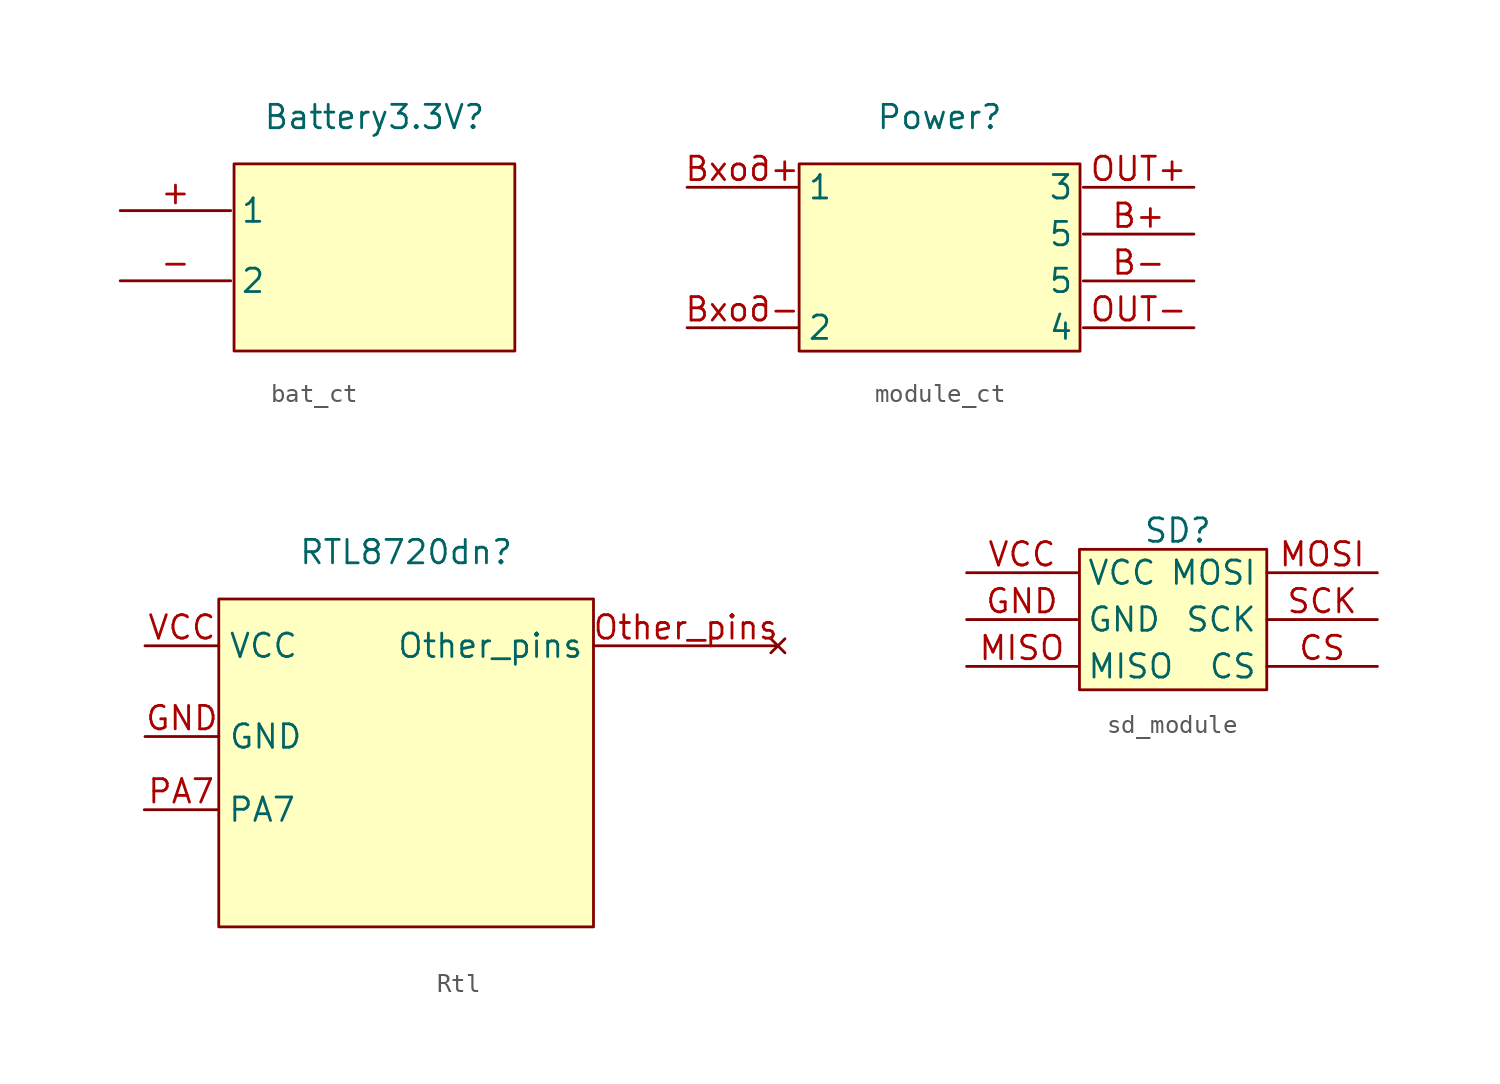
<source format=kicad_sym>
(kicad_symbol_lib
  (version 20231120)
  (generator "kicad_symbol_editor")
  (generator_version "8.0")
  (symbol "bat_ct"
    (property "Reference" "Battery3.3V"
      (at 0 0 0)
      (effects (font (size 1.27 1.27))))
    (property "Value" ""
      (at 0 0 0)
      (effects (font (size 1.27 1.27))))
    (symbol "bat_ct_1_1"
      (rectangle (start -7.62 -2.54) (end 7.62 -12.7) (stroke (width 0) (type default)) (fill (type color) (color 255 255 194 1)))
      (pin input line (at -13.8 -5.08 0) (length 6) (name "1" (effects (font (size 1.27 1.27)))) (number "+" (effects (font (size 1.27 1.27)))))
      (pin input line (at -13.8 -8.89 0) (length 6) (name "2" (effects (font (size 1.27 1.27)))) (number "-" (effects (font (size 1.27 1.27)))))))
  (symbol "module_ct"
    (property "Reference" "Power"
      (at 0 0 0)
      (effects (font (size 1.27 1.27))))
    (property "Value" ""
      (at 0 0 0)
      (effects (font (size 1.27 1.27))))
    (symbol "module_ct_1_1"
      (rectangle (start -7.62 -2.54) (end 7.62 -12.7) (stroke (width 0) (type default)) (fill (type color) (color 255 255 194 1)))
      (pin input line (at 13.8 -6.35 180) (length 6) (name "5" (effects (font (size 1.27 1.27)))) (number "B+" (effects (font (size 1.27 1.27)))))
      (pin input line (at 13.8 -8.89 180) (length 6) (name "5" (effects (font (size 1.27 1.27)))) (number "B-" (effects (font (size 1.27 1.27)))))
      (pin input line (at 13.8 -3.81 180) (length 6) (name "3" (effects (font (size 1.27 1.27)))) (number "OUT+" (effects (font (size 1.27 1.27)))))
      (pin input line (at 13.8 -11.43 180) (length 6) (name "4" (effects (font (size 1.27 1.27)))) (number "OUT-" (effects (font (size 1.27 1.27)))))
      (pin input line (at -13.7 -3.81 0) (length 6) (name "1" (effects (font (size 1.27 1.27)))) (number "Вход+" (effects (font (size 1.27 1.27)))))
      (pin input line (at -13.7 -11.43 0) (length 6) (name "2" (effects (font (size 1.27 1.27)))) (number "Вход-" (effects (font (size 1.27 1.27)))))))
  (symbol "Rtl"
    (property "Reference" "RTL8720dn"
      (at 0 0 0)
      (effects (font (size 1.27 1.27))))
    (property "Value" ""
      (at 0 0 0)
      (effects (font (size 1.27 1.27))))
    (symbol "Rtl_1_1"
      (rectangle (start -10.16 -2.54) (end 10.16 -20.32) (stroke (width 0) (type default)) (fill (type color) (color 255 255 194 1)))
      (pin input line (at -14.16 -10 0) (length 4) (name "GND" (effects (font (size 1.27 1.27)))) (number "GND" (effects (font (size 1.27 1.27)))))
      (pin no_connect line (at 20.16 -5.08 180) (length 10) (name "Other_pins" (effects (font (size 1.27 1.27)))) (number "Other_pins" (effects (font (size 1.27 1.27)))))
      (pin input line (at -14.2 -13.97 0) (length 4) (name "PA7" (effects (font (size 1.27 1.27)))) (number "PA7" (effects (font (size 1.27 1.27)))))
      (pin input line (at -14.16 -5.08 0) (length 4) (name "VCC" (effects (font (size 1.27 1.27)))) (number "VCC" (effects (font (size 1.27 1.27)))))))
  (symbol "sd_module"
    (property "Reference" "SD"
      (at 0.254 1.016 0)
      (effects (font (size 1.27 1.27))))
    (property "Value" ""
      (at 0.254 1.016 0)
      (effects (font (size 1.27 1.27))))
    (symbol "sd_module_1_1"
      (rectangle (start -5.08 0) (end 5.08 -7.62) (stroke (width 0) (type default)) (fill (type color) (color 255 255 194 1)))
      (pin input line (at 11.08 -6.35 180) (length 6) (name "CS" (effects (font (size 1.27 1.27)))) (number "CS" (effects (font (size 1.27 1.27)))))
      (pin input line (at -11.2 -3.81 0) (length 6) (name "GND" (effects (font (size 1.27 1.27)))) (number "GND" (effects (font (size 1.27 1.27)))))
      (pin input line (at -11.2 -6.35 0) (length 6) (name "MISO" (effects (font (size 1.27 1.27)))) (number "MISO" (effects (font (size 1.27 1.27)))))
      (pin input line (at 11.08 -1.27 180) (length 6) (name "MOSI" (effects (font (size 1.27 1.27)))) (number "MOSI" (effects (font (size 1.27 1.27)))))
      (pin input line (at 11.08 -3.81 180) (length 6) (name "SCK" (effects (font (size 1.27 1.27)))) (number "SCK" (effects (font (size 1.27 1.27)))))
      (pin input line (at -11.2 -1.27 0) (length 6) (name "VCC" (effects (font (size 1.27 1.27)))) (number "VCC" (effects (font (size 1.27 1.27))))))))
</source>
